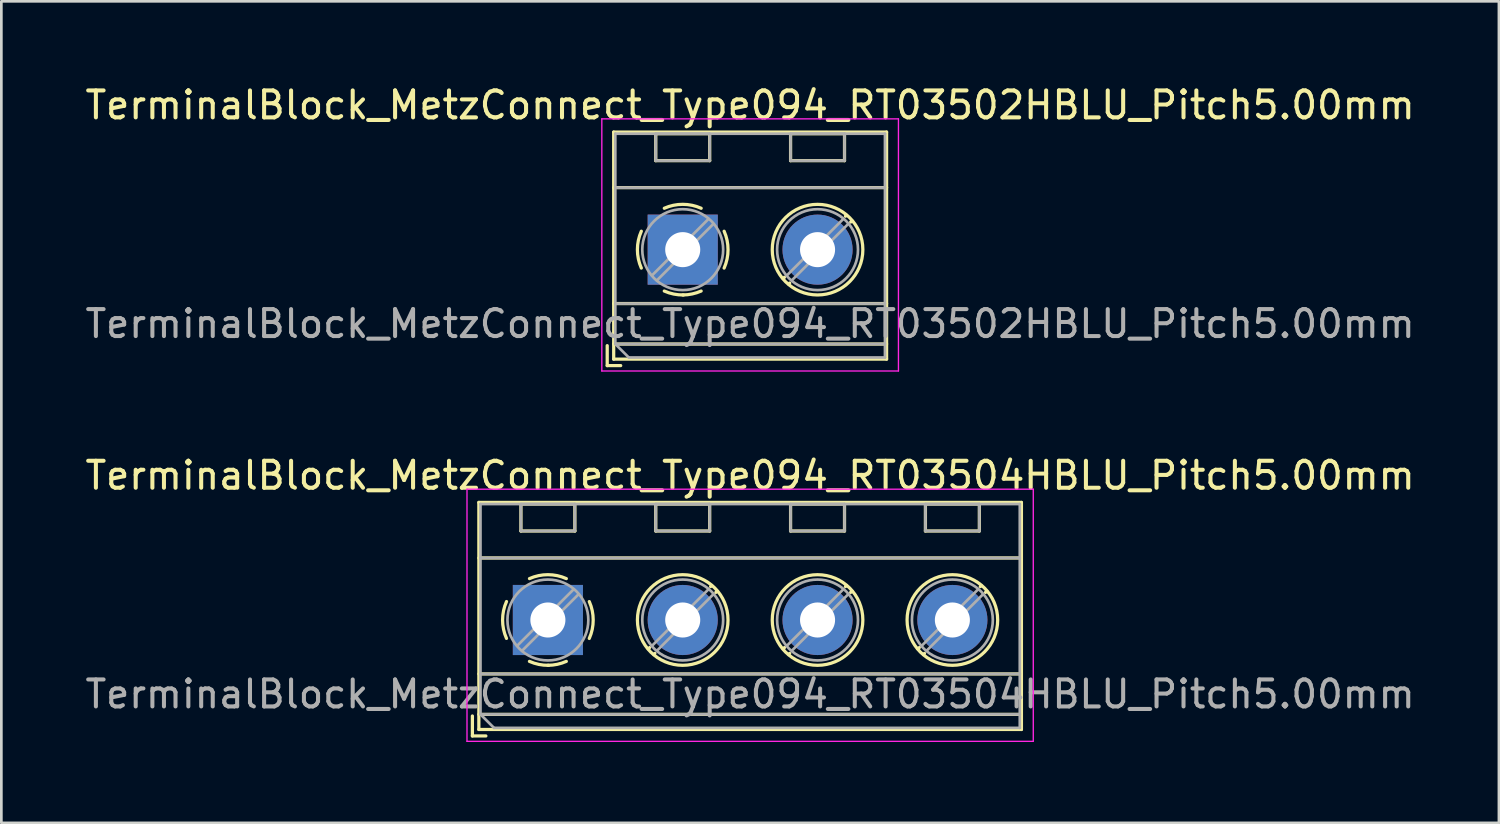
<source format=kicad_pcb>
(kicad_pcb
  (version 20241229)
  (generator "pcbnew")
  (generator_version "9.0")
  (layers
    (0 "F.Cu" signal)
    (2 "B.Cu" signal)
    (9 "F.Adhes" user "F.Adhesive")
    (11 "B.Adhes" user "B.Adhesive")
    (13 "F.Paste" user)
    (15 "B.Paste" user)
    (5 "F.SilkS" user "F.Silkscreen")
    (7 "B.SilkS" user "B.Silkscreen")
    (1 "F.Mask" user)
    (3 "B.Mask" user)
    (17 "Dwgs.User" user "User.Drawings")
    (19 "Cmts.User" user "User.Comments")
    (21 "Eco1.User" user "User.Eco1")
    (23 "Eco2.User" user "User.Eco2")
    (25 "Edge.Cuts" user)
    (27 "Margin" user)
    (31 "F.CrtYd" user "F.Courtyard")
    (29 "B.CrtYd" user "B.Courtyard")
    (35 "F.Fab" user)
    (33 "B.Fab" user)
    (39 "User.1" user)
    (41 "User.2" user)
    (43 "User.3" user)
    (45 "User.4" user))
  (footprint "TerminalBlock_MetzConnect_Type094_RT03504HBLU_Pitch5.00mm"
    (layer "F.Cu")
    (at 17.268 19.942)
    (property "Reference" "TerminalBlock_MetzConnect_Type094_RT03504HBLU_Pitch5.00mm" (at 7.5 -5.36 0) (layer "F.SilkS") (effects (font (size 1 1) (thickness 0.15))))
    (attr through_hole)
    (fp_line (start -2.8 3.56) (end -2.8 4.3) (stroke (width 0.12) (type solid)) (layer "F.SilkS"))
    (fp_line (start -2.8 4.3) (end -2.3 4.3) (stroke (width 0.12) (type solid)) (layer "F.SilkS"))
    (fp_line (start -2.56 -4.36) (end -2.56 4.06) (stroke (width 0.12) (type solid)) (layer "F.SilkS"))
    (fp_line (start -2.56 -2.3) (end 17.56 -2.3) (stroke (width 0.12) (type solid)) (layer "F.SilkS"))
    (fp_line (start -2.56 2) (end 17.56 2) (stroke (width 0.12) (type solid)) (layer "F.SilkS"))
    (fp_line (start -2.56 3.5) (end 17.56 3.5) (stroke (width 0.12) (type solid)) (layer "F.SilkS"))
    (fp_line (start -2.56 4.06) (end 17.56 4.06) (stroke (width 0.12) (type solid)) (layer "F.SilkS"))
    (fp_line (start -1 -4.3) (end -1 -3.3) (stroke (width 0.12) (type solid)) (layer "F.SilkS"))
    (fp_line (start -1 -4.3) (end 1 -4.3) (stroke (width 0.12) (type solid)) (layer "F.SilkS"))
    (fp_line (start -1 -3.3) (end 1 -3.3) (stroke (width 0.12) (type solid)) (layer "F.SilkS"))
    (fp_line (start 1 -4.3) (end 1 -3.3) (stroke (width 0.12) (type solid)) (layer "F.SilkS"))
    (fp_line (start 3.773 1.023) (end 3.726 1.069) (stroke (width 0.12) (type solid)) (layer "F.SilkS"))
    (fp_line (start 3.966 1.239) (end 3.931 1.274) (stroke (width 0.12) (type solid)) (layer "F.SilkS"))
    (fp_line (start 4 -4.3) (end 4 -3.3) (stroke (width 0.12) (type solid)) (layer "F.SilkS"))
    (fp_line (start 4 -4.3) (end 6 -4.3) (stroke (width 0.12) (type solid)) (layer "F.SilkS"))
    (fp_line (start 4 -3.3) (end 6 -3.3) (stroke (width 0.12) (type solid)) (layer "F.SilkS"))
    (fp_line (start 6 -4.3) (end 6 -3.3) (stroke (width 0.12) (type solid)) (layer "F.SilkS"))
    (fp_line (start 6.07 -1.275) (end 6.035 -1.239) (stroke (width 0.12) (type solid)) (layer "F.SilkS"))
    (fp_line (start 6.275 -1.069) (end 6.228 -1.023) (stroke (width 0.12) (type solid)) (layer "F.SilkS"))
    (fp_line (start 8.773 1.023) (end 8.726 1.069) (stroke (width 0.12) (type solid)) (layer "F.SilkS"))
    (fp_line (start 8.966 1.239) (end 8.931 1.274) (stroke (width 0.12) (type solid)) (layer "F.SilkS"))
    (fp_line (start 9 -4.3) (end 9 -3.3) (stroke (width 0.12) (type solid)) (layer "F.SilkS"))
    (fp_line (start 9 -4.3) (end 11 -4.3) (stroke (width 0.12) (type solid)) (layer "F.SilkS"))
    (fp_line (start 9 -3.3) (end 11 -3.3) (stroke (width 0.12) (type solid)) (layer "F.SilkS"))
    (fp_line (start 11 -4.3) (end 11 -3.3) (stroke (width 0.12) (type solid)) (layer "F.SilkS"))
    (fp_line (start 11.07 -1.275) (end 11.035 -1.239) (stroke (width 0.12) (type solid)) (layer "F.SilkS"))
    (fp_line (start 11.275 -1.069) (end 11.228 -1.023) (stroke (width 0.12) (type solid)) (layer "F.SilkS"))
    (fp_line (start 13.773 1.023) (end 13.726 1.069) (stroke (width 0.12) (type solid)) (layer "F.SilkS"))
    (fp_line (start 13.966 1.239) (end 13.931 1.274) (stroke (width 0.12) (type solid)) (layer "F.SilkS"))
    (fp_line (start 14 -4.3) (end 14 -3.3) (stroke (width 0.12) (type solid)) (layer "F.SilkS"))
    (fp_line (start 14 -4.3) (end 16 -4.3) (stroke (width 0.12) (type solid)) (layer "F.SilkS"))
    (fp_line (start 14 -3.3) (end 16 -3.3) (stroke (width 0.12) (type solid)) (layer "F.SilkS"))
    (fp_line (start 16 -4.3) (end 16 -3.3) (stroke (width 0.12) (type solid)) (layer "F.SilkS"))
    (fp_line (start 16.07 -1.275) (end 16.035 -1.239) (stroke (width 0.12) (type solid)) (layer "F.SilkS"))
    (fp_line (start 16.275 -1.069) (end 16.228 -1.023) (stroke (width 0.12) (type solid)) (layer "F.SilkS"))
    (fp_line (start 17.56 -4.36) (end -2.56 -4.36) (stroke (width 0.12) (type solid)) (layer "F.SilkS"))
    (fp_line (start 17.56 4.06) (end 17.56 -4.36) (stroke (width 0.12) (type solid)) (layer "F.SilkS"))
    (fp_arc (start -1.535427 0.683042) (mid -1.680501 -0.000524) (end -1.535 -0.684) (stroke (width 0.12) (type solid)) (layer "F.SilkS"))
    (fp_arc (start -0.683042 -1.535427) (mid 0.000524 -1.680501) (end 0.684 -1.535) (stroke (width 0.12) (type solid)) (layer "F.SilkS"))
    (fp_arc (start 0.028805 1.680253) (mid -0.335551 1.646659) (end -0.684 1.535) (stroke (width 0.12) (type solid)) (layer "F.SilkS"))
    (fp_arc (start 0.683318 1.534756) (mid 0.349292 1.643288) (end 0 1.68) (stroke (width 0.12) (type solid)) (layer "F.SilkS"))
    (fp_arc (start 1.535427 -0.683042) (mid 1.680501 0.000524) (end 1.535 0.684) (stroke (width 0.12) (type solid)) (layer "F.SilkS"))
    (fp_circle (center 5 0) (end 6.68 0) (stroke (width 0.12) (type solid)) (fill no) (layer "F.SilkS"))
    (fp_circle (center 10 0) (end 11.68 0) (stroke (width 0.12) (type solid)) (fill no) (layer "F.SilkS"))
    (fp_circle (center 15 0) (end 16.68 0) (stroke (width 0.12) (type solid)) (fill no) (layer "F.SilkS"))
    (fp_line (start -3 -4.85) (end -3 4.5) (stroke (width 0.05) (type solid)) (layer "F.CrtYd"))
    (fp_line (start -3 4.5) (end 18 4.5) (stroke (width 0.05) (type solid)) (layer "F.CrtYd"))
    (fp_line (start 18 -4.85) (end -3 -4.85) (stroke (width 0.05) (type solid)) (layer "F.CrtYd"))
    (fp_line (start 18 4.5) (end 18 -4.85) (stroke (width 0.05) (type solid)) (layer "F.CrtYd"))
    (fp_line (start -2.5 -4.3) (end 17.5 -4.3) (stroke (width 0.1) (type solid)) (layer "F.Fab"))
    (fp_line (start -2.5 -2.3) (end 17.5 -2.3) (stroke (width 0.1) (type solid)) (layer "F.Fab"))
    (fp_line (start -2.5 2) (end 17.5 2) (stroke (width 0.1) (type solid)) (layer "F.Fab"))
    (fp_line (start -2.5 3.5) (end -2.5 -4.3) (stroke (width 0.1) (type solid)) (layer "F.Fab"))
    (fp_line (start -2.5 3.5) (end 17.5 3.5) (stroke (width 0.1) (type solid)) (layer "F.Fab"))
    (fp_line (start -2 4) (end -2.5 3.5) (stroke (width 0.1) (type solid)) (layer "F.Fab"))
    (fp_line (start -1 -4.3) (end -1 -3.3) (stroke (width 0.1) (type solid)) (layer "F.Fab"))
    (fp_line (start -1 -3.3) (end 1 -3.3) (stroke (width 0.1) (type solid)) (layer "F.Fab"))
    (fp_line (start 0.955 -1.138) (end -1.138 0.955) (stroke (width 0.1) (type solid)) (layer "F.Fab"))
    (fp_line (start 1 -4.3) (end -1 -4.3) (stroke (width 0.1) (type solid)) (layer "F.Fab"))
    (fp_line (start 1 -3.3) (end 1 -4.3) (stroke (width 0.1) (type solid)) (layer "F.Fab"))
    (fp_line (start 1.138 -0.955) (end -0.955 1.138) (stroke (width 0.1) (type solid)) (layer "F.Fab"))
    (fp_line (start 4 -4.3) (end 4 -3.3) (stroke (width 0.1) (type solid)) (layer "F.Fab"))
    (fp_line (start 4 -3.3) (end 6 -3.3) (stroke (width 0.1) (type solid)) (layer "F.Fab"))
    (fp_line (start 5.955 -1.138) (end 3.863 0.955) (stroke (width 0.1) (type solid)) (layer "F.Fab"))
    (fp_line (start 6 -4.3) (end 4 -4.3) (stroke (width 0.1) (type solid)) (layer "F.Fab"))
    (fp_line (start 6 -3.3) (end 6 -4.3) (stroke (width 0.1) (type solid)) (layer "F.Fab"))
    (fp_line (start 6.138 -0.955) (end 4.046 1.138) (stroke (width 0.1) (type solid)) (layer "F.Fab"))
    (fp_line (start 9 -4.3) (end 9 -3.3) (stroke (width 0.1) (type solid)) (layer "F.Fab"))
    (fp_line (start 9 -3.3) (end 11 -3.3) (stroke (width 0.1) (type solid)) (layer "F.Fab"))
    (fp_line (start 10.955 -1.138) (end 8.863 0.955) (stroke (width 0.1) (type solid)) (layer "F.Fab"))
    (fp_line (start 11 -4.3) (end 9 -4.3) (stroke (width 0.1) (type solid)) (layer "F.Fab"))
    (fp_line (start 11 -3.3) (end 11 -4.3) (stroke (width 0.1) (type solid)) (layer "F.Fab"))
    (fp_line (start 11.138 -0.955) (end 9.046 1.138) (stroke (width 0.1) (type solid)) (layer "F.Fab"))
    (fp_line (start 14 -4.3) (end 14 -3.3) (stroke (width 0.1) (type solid)) (layer "F.Fab"))
    (fp_line (start 14 -3.3) (end 16 -3.3) (stroke (width 0.1) (type solid)) (layer "F.Fab"))
    (fp_line (start 15.955 -1.138) (end 13.863 0.955) (stroke (width 0.1) (type solid)) (layer "F.Fab"))
    (fp_line (start 16 -4.3) (end 14 -4.3) (stroke (width 0.1) (type solid)) (layer "F.Fab"))
    (fp_line (start 16 -3.3) (end 16 -4.3) (stroke (width 0.1) (type solid)) (layer "F.Fab"))
    (fp_line (start 16.138 -0.955) (end 14.046 1.138) (stroke (width 0.1) (type solid)) (layer "F.Fab"))
    (fp_line (start 17.5 -4.3) (end 17.5 4) (stroke (width 0.1) (type solid)) (layer "F.Fab"))
    (fp_line (start 17.5 4) (end -2 4) (stroke (width 0.1) (type solid)) (layer "F.Fab"))
    (fp_circle (center 0 0) (end 1.5 0) (stroke (width 0.1) (type solid)) (fill no) (layer "F.Fab"))
    (fp_circle (center 5 0) (end 6.5 0) (stroke (width 0.1) (type solid)) (fill no) (layer "F.Fab"))
    (fp_circle (center 10 0) (end 11.5 0) (stroke (width 0.1) (type solid)) (fill no) (layer "F.Fab"))
    (fp_circle (center 15 0) (end 16.5 0) (stroke (width 0.1) (type solid)) (fill no) (layer "F.Fab"))
    (fp_text user "${REFERENCE}" (at 7.5 2.75 0) (layer "F.Fab") (effects (font (size 1 1) (thickness 0.15))))
    (pad "1" thru_hole rect (at 0 0) (size 2.6 2.6) (drill 1.3) (layers "*.Cu" "*.Mask"))
    (pad "2" thru_hole circle (at 5 0) (size 2.6 2.6) (drill 1.3) (layers "*.Cu" "*.Mask"))
    (pad "3" thru_hole circle (at 10 0) (size 2.6 2.6) (drill 1.3) (layers "*.Cu" "*.Mask"))
    (pad "4" thru_hole circle (at 15 0) (size 2.6 2.6) (drill 1.3) (layers "*.Cu" "*.Mask")))
  (footprint "TerminalBlock_MetzConnect_Type094_RT03502HBLU_Pitch5.00mm"
    (layer "F.Cu")
    (at 22.268 6.208)
    (property "Reference" "TerminalBlock_MetzConnect_Type094_RT03502HBLU_Pitch5.00mm" (at 2.5 -5.36 0) (layer "F.SilkS") (effects (font (size 1 1) (thickness 0.15))))
    (attr through_hole)
    (fp_line (start -2.8 3.56) (end -2.8 4.3) (stroke (width 0.12) (type solid)) (layer "F.SilkS"))
    (fp_line (start -2.8 4.3) (end -2.3 4.3) (stroke (width 0.12) (type solid)) (layer "F.SilkS"))
    (fp_line (start -2.56 -4.36) (end -2.56 4.06) (stroke (width 0.12) (type solid)) (layer "F.SilkS"))
    (fp_line (start -2.56 -2.3) (end 7.56 -2.3) (stroke (width 0.12) (type solid)) (layer "F.SilkS"))
    (fp_line (start -2.56 2) (end 7.56 2) (stroke (width 0.12) (type solid)) (layer "F.SilkS"))
    (fp_line (start -2.56 3.5) (end 7.56 3.5) (stroke (width 0.12) (type solid)) (layer "F.SilkS"))
    (fp_line (start -2.56 4.06) (end 7.56 4.06) (stroke (width 0.12) (type solid)) (layer "F.SilkS"))
    (fp_line (start -1 -4.3) (end -1 -3.3) (stroke (width 0.12) (type solid)) (layer "F.SilkS"))
    (fp_line (start -1 -4.3) (end 1 -4.3) (stroke (width 0.12) (type solid)) (layer "F.SilkS"))
    (fp_line (start -1 -3.3) (end 1 -3.3) (stroke (width 0.12) (type solid)) (layer "F.SilkS"))
    (fp_line (start 1 -4.3) (end 1 -3.3) (stroke (width 0.12) (type solid)) (layer "F.SilkS"))
    (fp_line (start 3.773 1.023) (end 3.726 1.069) (stroke (width 0.12) (type solid)) (layer "F.SilkS"))
    (fp_line (start 3.966 1.239) (end 3.931 1.274) (stroke (width 0.12) (type solid)) (layer "F.SilkS"))
    (fp_line (start 4 -4.3) (end 4 -3.3) (stroke (width 0.12) (type solid)) (layer "F.SilkS"))
    (fp_line (start 4 -4.3) (end 6 -4.3) (stroke (width 0.12) (type solid)) (layer "F.SilkS"))
    (fp_line (start 4 -3.3) (end 6 -3.3) (stroke (width 0.12) (type solid)) (layer "F.SilkS"))
    (fp_line (start 6 -4.3) (end 6 -3.3) (stroke (width 0.12) (type solid)) (layer "F.SilkS"))
    (fp_line (start 6.07 -1.275) (end 6.035 -1.239) (stroke (width 0.12) (type solid)) (layer "F.SilkS"))
    (fp_line (start 6.275 -1.069) (end 6.228 -1.023) (stroke (width 0.12) (type solid)) (layer "F.SilkS"))
    (fp_line (start 7.56 -4.36) (end -2.56 -4.36) (stroke (width 0.12) (type solid)) (layer "F.SilkS"))
    (fp_line (start 7.56 4.06) (end 7.56 -4.36) (stroke (width 0.12) (type solid)) (layer "F.SilkS"))
    (fp_arc (start -1.535427 0.683042) (mid -1.680501 -0.000524) (end -1.535 -0.684) (stroke (width 0.12) (type solid)) (layer "F.SilkS"))
    (fp_arc (start -0.683042 -1.535427) (mid 0.000524 -1.680501) (end 0.684 -1.535) (stroke (width 0.12) (type solid)) (layer "F.SilkS"))
    (fp_arc (start 0.028805 1.680253) (mid -0.335551 1.646659) (end -0.684 1.535) (stroke (width 0.12) (type solid)) (layer "F.SilkS"))
    (fp_arc (start 0.683318 1.534756) (mid 0.349292 1.643288) (end 0 1.68) (stroke (width 0.12) (type solid)) (layer "F.SilkS"))
    (fp_arc (start 1.535427 -0.683042) (mid 1.680501 0.000524) (end 1.535 0.684) (stroke (width 0.12) (type solid)) (layer "F.SilkS"))
    (fp_circle (center 5 0) (end 6.68 0) (stroke (width 0.12) (type solid)) (fill no) (layer "F.SilkS"))
    (fp_line (start -3 -4.85) (end -3 4.5) (stroke (width 0.05) (type solid)) (layer "F.CrtYd"))
    (fp_line (start -3 4.5) (end 8 4.5) (stroke (width 0.05) (type solid)) (layer "F.CrtYd"))
    (fp_line (start 8 -4.85) (end -3 -4.85) (stroke (width 0.05) (type solid)) (layer "F.CrtYd"))
    (fp_line (start 8 4.5) (end 8 -4.85) (stroke (width 0.05) (type solid)) (layer "F.CrtYd"))
    (fp_line (start -2.5 -4.3) (end 7.5 -4.3) (stroke (width 0.1) (type solid)) (layer "F.Fab"))
    (fp_line (start -2.5 -2.3) (end 7.5 -2.3) (stroke (width 0.1) (type solid)) (layer "F.Fab"))
    (fp_line (start -2.5 2) (end 7.5 2) (stroke (width 0.1) (type solid)) (layer "F.Fab"))
    (fp_line (start -2.5 3.5) (end -2.5 -4.3) (stroke (width 0.1) (type solid)) (layer "F.Fab"))
    (fp_line (start -2.5 3.5) (end 7.5 3.5) (stroke (width 0.1) (type solid)) (layer "F.Fab"))
    (fp_line (start -2 4) (end -2.5 3.5) (stroke (width 0.1) (type solid)) (layer "F.Fab"))
    (fp_line (start -1 -4.3) (end -1 -3.3) (stroke (width 0.1) (type solid)) (layer "F.Fab"))
    (fp_line (start -1 -3.3) (end 1 -3.3) (stroke (width 0.1) (type solid)) (layer "F.Fab"))
    (fp_line (start 0.955 -1.138) (end -1.138 0.955) (stroke (width 0.1) (type solid)) (layer "F.Fab"))
    (fp_line (start 1 -4.3) (end -1 -4.3) (stroke (width 0.1) (type solid)) (layer "F.Fab"))
    (fp_line (start 1 -3.3) (end 1 -4.3) (stroke (width 0.1) (type solid)) (layer "F.Fab"))
    (fp_line (start 1.138 -0.955) (end -0.955 1.138) (stroke (width 0.1) (type solid)) (layer "F.Fab"))
    (fp_line (start 4 -4.3) (end 4 -3.3) (stroke (width 0.1) (type solid)) (layer "F.Fab"))
    (fp_line (start 4 -3.3) (end 6 -3.3) (stroke (width 0.1) (type solid)) (layer "F.Fab"))
    (fp_line (start 5.955 -1.138) (end 3.863 0.955) (stroke (width 0.1) (type solid)) (layer "F.Fab"))
    (fp_line (start 6 -4.3) (end 4 -4.3) (stroke (width 0.1) (type solid)) (layer "F.Fab"))
    (fp_line (start 6 -3.3) (end 6 -4.3) (stroke (width 0.1) (type solid)) (layer "F.Fab"))
    (fp_line (start 6.138 -0.955) (end 4.046 1.138) (stroke (width 0.1) (type solid)) (layer "F.Fab"))
    (fp_line (start 7.5 -4.3) (end 7.5 4) (stroke (width 0.1) (type solid)) (layer "F.Fab"))
    (fp_line (start 7.5 4) (end -2 4) (stroke (width 0.1) (type solid)) (layer "F.Fab"))
    (fp_circle (center 0 0) (end 1.5 0) (stroke (width 0.1) (type solid)) (fill no) (layer "F.Fab"))
    (fp_circle (center 5 0) (end 6.5 0) (stroke (width 0.1) (type solid)) (fill no) (layer "F.Fab"))
    (fp_text user "${REFERENCE}" (at 2.5 2.75 0) (layer "F.Fab") (effects (font (size 1 1) (thickness 0.15))))
    (pad "1" thru_hole rect (at 0 0) (size 2.6 2.6) (drill 1.3) (layers "*.Cu" "*.Mask"))
    (pad "2" thru_hole circle (at 5 0) (size 2.6 2.6) (drill 1.3) (layers "*.Cu" "*.Mask")))
  (gr_rect
    (start -3 -3)
    (end 52.536 27.466)
    (stroke (width 0.1) (type default))
    (fill no)
    (layer "Edge.Cuts")))
</source>
